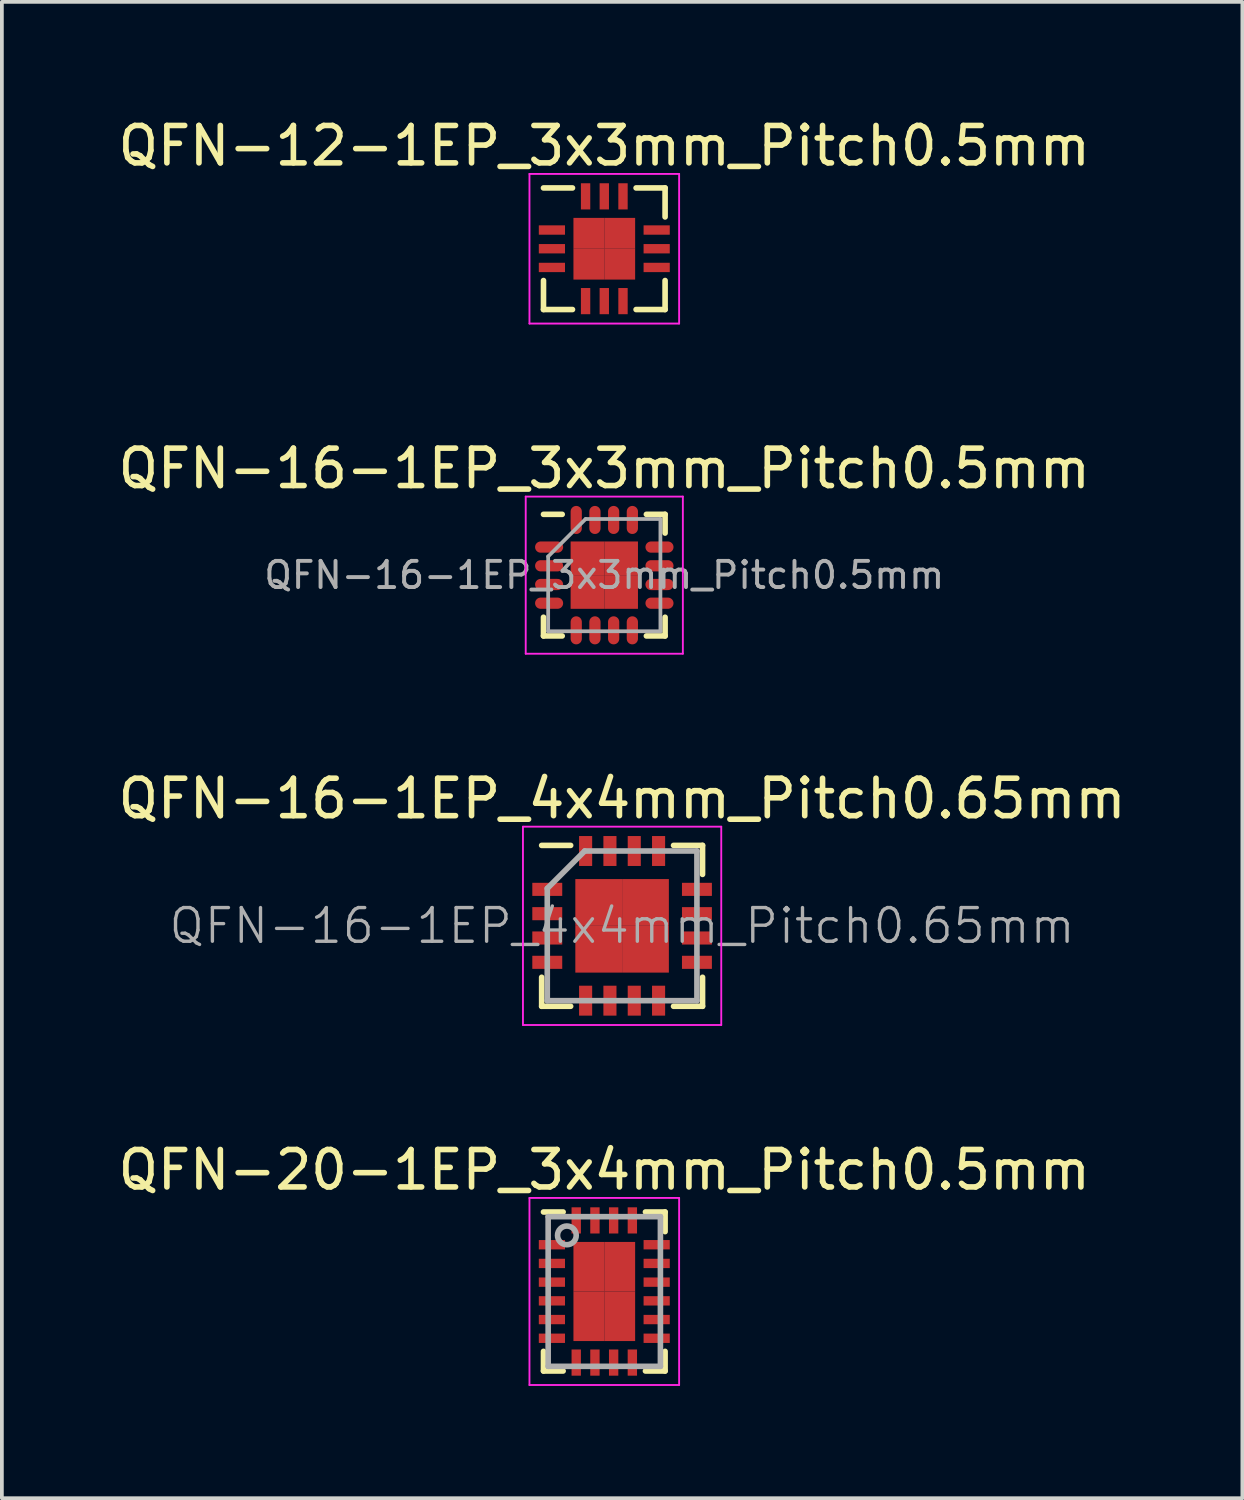
<source format=kicad_pcb>
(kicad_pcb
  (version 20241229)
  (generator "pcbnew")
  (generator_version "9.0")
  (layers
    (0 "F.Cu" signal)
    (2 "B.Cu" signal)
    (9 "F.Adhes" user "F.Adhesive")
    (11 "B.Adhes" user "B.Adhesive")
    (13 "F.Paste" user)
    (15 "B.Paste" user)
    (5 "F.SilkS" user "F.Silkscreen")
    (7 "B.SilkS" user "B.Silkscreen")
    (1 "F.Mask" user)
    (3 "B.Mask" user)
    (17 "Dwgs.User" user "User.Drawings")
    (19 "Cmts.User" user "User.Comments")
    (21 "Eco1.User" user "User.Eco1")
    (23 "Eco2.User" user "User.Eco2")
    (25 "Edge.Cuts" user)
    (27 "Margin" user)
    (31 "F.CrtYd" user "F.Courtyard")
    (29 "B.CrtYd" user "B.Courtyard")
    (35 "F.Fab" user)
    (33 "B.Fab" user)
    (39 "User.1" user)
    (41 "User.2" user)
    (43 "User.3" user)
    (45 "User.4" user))
  (footprint "QFN-20-1EP_3x4mm_Pitch0.5mm"
    (layer "F.Cu")
    (at 13.101 31.468)
    (property "Reference" "QFN-20-1EP_3x4mm_Pitch0.5mm" (at 0 -3.25 0) (layer "F.SilkS") (effects (font (size 1 1) (thickness 0.15))))
    (attr smd)
    (fp_line (start -1.625 -2.125) (end -1.1 -2.125) (stroke (width 0.15) (type solid)) (layer "F.SilkS"))
    (fp_line (start -1.625 2.125) (end -1.625 1.6) (stroke (width 0.15) (type solid)) (layer "F.SilkS"))
    (fp_line (start -1.625 2.125) (end -1.1 2.125) (stroke (width 0.15) (type solid)) (layer "F.SilkS"))
    (fp_line (start 1.625 -2.125) (end 1.1 -2.125) (stroke (width 0.15) (type solid)) (layer "F.SilkS"))
    (fp_line (start 1.625 -2.125) (end 1.625 -1.6) (stroke (width 0.15) (type solid)) (layer "F.SilkS"))
    (fp_line (start 1.625 2.125) (end 1.1 2.125) (stroke (width 0.15) (type solid)) (layer "F.SilkS"))
    (fp_line (start 1.625 2.125) (end 1.625 1.6) (stroke (width 0.15) (type solid)) (layer "F.SilkS"))
    (fp_line (start -2 -2.5) (end -2 2.5) (stroke (width 0.05) (type solid)) (layer "F.CrtYd"))
    (fp_line (start -2 -2.5) (end 2 -2.5) (stroke (width 0.05) (type solid)) (layer "F.CrtYd"))
    (fp_line (start -2 2.5) (end 2 2.5) (stroke (width 0.05) (type solid)) (layer "F.CrtYd"))
    (fp_line (start 2 -2.5) (end 2 2.5) (stroke (width 0.05) (type solid)) (layer "F.CrtYd"))
    (fp_line (start -1.5 -2) (end 1.5 -2) (stroke (width 0.15) (type solid)) (layer "F.Fab"))
    (fp_line (start -1.5 2) (end -1.5 -2) (stroke (width 0.15) (type solid)) (layer "F.Fab"))
    (fp_line (start 1.5 -2) (end 1.5 2) (stroke (width 0.15) (type solid)) (layer "F.Fab"))
    (fp_line (start 1.5 2) (end -1.5 2) (stroke (width 0.15) (type solid)) (layer "F.Fab"))
    (fp_circle (center -1 -1.5) (end -1.25 -1.5) (stroke (width 0.15) (type solid)) (fill no) (layer "F.Fab"))
    (pad "1" smd rect (at -1.4 -1.25) (size 0.7 0.25) (layers "F.Cu" "F.Mask" "F.Paste"))
    (pad "2" smd rect (at -1.4 -0.75) (size 0.7 0.25) (layers "F.Cu" "F.Mask" "F.Paste"))
    (pad "3" smd rect (at -1.4 -0.25) (size 0.7 0.25) (layers "F.Cu" "F.Mask" "F.Paste"))
    (pad "4" smd rect (at -1.4 0.25) (size 0.7 0.25) (layers "F.Cu" "F.Mask" "F.Paste"))
    (pad "5" smd rect (at -1.4 0.75) (size 0.7 0.25) (layers "F.Cu" "F.Mask" "F.Paste"))
    (pad "6" smd rect (at -1.4 1.25) (size 0.7 0.25) (layers "F.Cu" "F.Mask" "F.Paste"))
    (pad "7" smd rect (at -0.75 1.9 90) (size 0.7 0.25) (layers "F.Cu" "F.Mask" "F.Paste"))
    (pad "8" smd rect (at -0.25 1.9 90) (size 0.7 0.25) (layers "F.Cu" "F.Mask" "F.Paste"))
    (pad "9" smd rect (at 0.25 1.9 90) (size 0.7 0.25) (layers "F.Cu" "F.Mask" "F.Paste"))
    (pad "10" smd rect (at 0.75 1.9 90) (size 0.7 0.25) (layers "F.Cu" "F.Mask" "F.Paste"))
    (pad "11" smd rect (at 1.4 1.25) (size 0.7 0.25) (layers "F.Cu" "F.Mask" "F.Paste"))
    (pad "12" smd rect (at 1.4 0.75) (size 0.7 0.25) (layers "F.Cu" "F.Mask" "F.Paste"))
    (pad "13" smd rect (at 1.4 0.25) (size 0.7 0.25) (layers "F.Cu" "F.Mask" "F.Paste"))
    (pad "14" smd rect (at 1.4 -0.25) (size 0.7 0.25) (layers "F.Cu" "F.Mask" "F.Paste"))
    (pad "15" smd rect (at 1.4 -0.75) (size 0.7 0.25) (layers "F.Cu" "F.Mask" "F.Paste"))
    (pad "16" smd rect (at 1.4 -1.25) (size 0.7 0.25) (layers "F.Cu" "F.Mask" "F.Paste"))
    (pad "17" smd rect (at 0.75 -1.9 90) (size 0.7 0.25) (layers "F.Cu" "F.Mask" "F.Paste"))
    (pad "18" smd rect (at 0.25 -1.9 90) (size 0.7 0.25) (layers "F.Cu" "F.Mask" "F.Paste"))
    (pad "19" smd rect (at -0.25 -1.9 90) (size 0.7 0.25) (layers "F.Cu" "F.Mask" "F.Paste"))
    (pad "20" smd rect (at -0.75 -1.9 90) (size 0.7 0.25) (layers "F.Cu" "F.Mask" "F.Paste"))
    (pad "21" smd rect (at -0.412 -0.662) (size 0.825 1.325) (layers "F.Cu" "F.Mask" "F.Paste"))
    (pad "21" smd rect (at -0.412 0.662) (size 0.825 1.325) (layers "F.Cu" "F.Mask" "F.Paste"))
    (pad "21" smd rect (at 0.412 -0.662) (size 0.825 1.325) (layers "F.Cu" "F.Mask" "F.Paste"))
    (pad "21" smd rect (at 0.412 0.662) (size 0.825 1.325) (layers "F.Cu" "F.Mask" "F.Paste")))
  (footprint "QFN-16-1EP_4x4mm_Pitch0.65mm"
    (layer "F.Cu")
    (at 13.577 21.695)
    (property "Reference" "QFN-16-1EP_4x4mm_Pitch0.65mm" (at 0 -3.4 0) (layer "F.SilkS") (effects (font (size 1 1) (thickness 0.15))))
    (attr smd)
    (fp_line (start -2.15 -2.15) (end -1.375 -2.15) (stroke (width 0.15) (type solid)) (layer "F.SilkS"))
    (fp_line (start -2.15 2.15) (end -2.15 1.375) (stroke (width 0.15) (type solid)) (layer "F.SilkS"))
    (fp_line (start -2.15 2.15) (end -1.375 2.15) (stroke (width 0.15) (type solid)) (layer "F.SilkS"))
    (fp_line (start 2.15 -2.15) (end 1.375 -2.15) (stroke (width 0.15) (type solid)) (layer "F.SilkS"))
    (fp_line (start 2.15 -2.15) (end 2.15 -1.375) (stroke (width 0.15) (type solid)) (layer "F.SilkS"))
    (fp_line (start 2.15 2.15) (end 1.375 2.15) (stroke (width 0.15) (type solid)) (layer "F.SilkS"))
    (fp_line (start 2.15 2.15) (end 2.15 1.375) (stroke (width 0.15) (type solid)) (layer "F.SilkS"))
    (fp_line (start -2.65 -2.65) (end -2.65 2.65) (stroke (width 0.05) (type solid)) (layer "F.CrtYd"))
    (fp_line (start -2.65 -2.65) (end 2.65 -2.65) (stroke (width 0.05) (type solid)) (layer "F.CrtYd"))
    (fp_line (start -2.65 2.65) (end 2.65 2.65) (stroke (width 0.05) (type solid)) (layer "F.CrtYd"))
    (fp_line (start 2.65 -2.65) (end 2.65 2.65) (stroke (width 0.05) (type solid)) (layer "F.CrtYd"))
    (fp_line (start -2 -1) (end -1 -2) (stroke (width 0.15) (type solid)) (layer "F.Fab"))
    (fp_line (start -2 2) (end -2 -1) (stroke (width 0.15) (type solid)) (layer "F.Fab"))
    (fp_line (start -1 -2) (end 2 -2) (stroke (width 0.15) (type solid)) (layer "F.Fab"))
    (fp_line (start 2 -2) (end 2 2) (stroke (width 0.15) (type solid)) (layer "F.Fab"))
    (fp_line (start 2 2) (end -2 2) (stroke (width 0.15) (type solid)) (layer "F.Fab"))
    (fp_text user "${REFERENCE}" (at 0 0 0) (layer "F.Fab") (effects (font (size 0.9 0.9) (thickness 0.09))))
    (pad "1" smd rect (at -2 -0.975) (size 0.8 0.35) (layers "F.Cu" "F.Mask" "F.Paste"))
    (pad "2" smd rect (at -2 -0.325) (size 0.8 0.35) (layers "F.Cu" "F.Mask" "F.Paste"))
    (pad "3" smd rect (at -2 0.325) (size 0.8 0.35) (layers "F.Cu" "F.Mask" "F.Paste"))
    (pad "4" smd rect (at -2 0.975) (size 0.8 0.35) (layers "F.Cu" "F.Mask" "F.Paste"))
    (pad "5" smd rect (at -0.975 2 90) (size 0.8 0.35) (layers "F.Cu" "F.Mask" "F.Paste"))
    (pad "6" smd rect (at -0.325 2 90) (size 0.8 0.35) (layers "F.Cu" "F.Mask" "F.Paste"))
    (pad "7" smd rect (at 0.325 2 90) (size 0.8 0.35) (layers "F.Cu" "F.Mask" "F.Paste"))
    (pad "8" smd rect (at 0.975 2 90) (size 0.8 0.35) (layers "F.Cu" "F.Mask" "F.Paste"))
    (pad "9" smd rect (at 2 0.975) (size 0.8 0.35) (layers "F.Cu" "F.Mask" "F.Paste"))
    (pad "10" smd rect (at 2 0.325) (size 0.8 0.35) (layers "F.Cu" "F.Mask" "F.Paste"))
    (pad "11" smd rect (at 2 -0.325) (size 0.8 0.35) (layers "F.Cu" "F.Mask" "F.Paste"))
    (pad "12" smd rect (at 2 -0.975) (size 0.8 0.35) (layers "F.Cu" "F.Mask" "F.Paste"))
    (pad "13" smd rect (at 0.975 -2 90) (size 0.8 0.35) (layers "F.Cu" "F.Mask" "F.Paste"))
    (pad "14" smd rect (at 0.325 -2 90) (size 0.8 0.35) (layers "F.Cu" "F.Mask" "F.Paste"))
    (pad "15" smd rect (at -0.325 -2 90) (size 0.8 0.35) (layers "F.Cu" "F.Mask" "F.Paste"))
    (pad "16" smd rect (at -0.975 -2 90) (size 0.8 0.35) (layers "F.Cu" "F.Mask" "F.Paste"))
    (pad "17" smd rect (at -0.625 -0.625) (size 1.25 1.25) (layers "F.Cu" "F.Mask" "F.Paste"))
    (pad "17" smd rect (at -0.625 0.625) (size 1.25 1.25) (layers "F.Cu" "F.Mask" "F.Paste"))
    (pad "17" smd rect (at 0.625 -0.625) (size 1.25 1.25) (layers "F.Cu" "F.Mask" "F.Paste"))
    (pad "17" smd rect (at 0.625 0.625) (size 1.25 1.25) (layers "F.Cu" "F.Mask" "F.Paste")))
  (footprint "QFN-16-1EP_3x3mm_Pitch0.5mm"
    (layer "F.Cu")
    (at 13.101 12.322)
    (property "Reference" "QFN-16-1EP_3x3mm_Pitch0.5mm" (at 0 -2.85 0) (layer "F.SilkS") (effects (font (size 1 1) (thickness 0.15))))
    (attr smd)
    (fp_line (start -1.625 -1.625) (end -1.125 -1.625) (stroke (width 0.15) (type solid)) (layer "F.SilkS"))
    (fp_line (start -1.625 1.625) (end -1.625 1.125) (stroke (width 0.15) (type solid)) (layer "F.SilkS"))
    (fp_line (start -1.625 1.625) (end -1.125 1.625) (stroke (width 0.15) (type solid)) (layer "F.SilkS"))
    (fp_line (start 1.625 -1.625) (end 1.125 -1.625) (stroke (width 0.15) (type solid)) (layer "F.SilkS"))
    (fp_line (start 1.625 -1.625) (end 1.625 -1.125) (stroke (width 0.15) (type solid)) (layer "F.SilkS"))
    (fp_line (start 1.625 1.625) (end 1.125 1.625) (stroke (width 0.15) (type solid)) (layer "F.SilkS"))
    (fp_line (start 1.625 1.625) (end 1.625 1.125) (stroke (width 0.15) (type solid)) (layer "F.SilkS"))
    (fp_line (start -2.1 -2.1) (end -2.1 2.1) (stroke (width 0.05) (type solid)) (layer "F.CrtYd"))
    (fp_line (start -2.1 -2.1) (end 2.1 -2.1) (stroke (width 0.05) (type solid)) (layer "F.CrtYd"))
    (fp_line (start -2.1 2.1) (end 2.1 2.1) (stroke (width 0.05) (type solid)) (layer "F.CrtYd"))
    (fp_line (start 2.1 -2.1) (end 2.1 2.1) (stroke (width 0.05) (type solid)) (layer "F.CrtYd"))
    (fp_line (start -1.5 -0.5) (end -0.5 -1.5) (stroke (width 0.1) (type solid)) (layer "F.Fab"))
    (fp_line (start -1.5 1.5) (end -1.5 -0.5) (stroke (width 0.1) (type solid)) (layer "F.Fab"))
    (fp_line (start -0.5 -1.5) (end 1.5 -1.5) (stroke (width 0.1) (type solid)) (layer "F.Fab"))
    (fp_line (start 1.5 -1.5) (end 1.5 1.5) (stroke (width 0.1) (type solid)) (layer "F.Fab"))
    (fp_line (start 1.5 1.5) (end -1.5 1.5) (stroke (width 0.1) (type solid)) (layer "F.Fab"))
    (fp_text user "${REFERENCE}" (at 0 0 0) (layer "F.Fab") (effects (font (size 0.7 0.7) (thickness 0.105))))
    (pad "1" smd oval (at -1.475 -0.75) (size 0.75 0.3) (layers "F.Cu" "F.Mask" "F.Paste"))
    (pad "2" smd oval (at -1.475 -0.25) (size 0.75 0.3) (layers "F.Cu" "F.Mask" "F.Paste"))
    (pad "3" smd oval (at -1.475 0.25) (size 0.75 0.3) (layers "F.Cu" "F.Mask" "F.Paste"))
    (pad "4" smd oval (at -1.475 0.75) (size 0.75 0.3) (layers "F.Cu" "F.Mask" "F.Paste"))
    (pad "5" smd oval (at -0.75 1.475 90) (size 0.75 0.3) (layers "F.Cu" "F.Mask" "F.Paste"))
    (pad "6" smd oval (at -0.25 1.475 90) (size 0.75 0.3) (layers "F.Cu" "F.Mask" "F.Paste"))
    (pad "7" smd oval (at 0.25 1.475 90) (size 0.75 0.3) (layers "F.Cu" "F.Mask" "F.Paste"))
    (pad "8" smd oval (at 0.75 1.475 90) (size 0.75 0.3) (layers "F.Cu" "F.Mask" "F.Paste"))
    (pad "9" smd oval (at 1.475 0.75) (size 0.75 0.3) (layers "F.Cu" "F.Mask" "F.Paste"))
    (pad "10" smd oval (at 1.475 0.25) (size 0.75 0.3) (layers "F.Cu" "F.Mask" "F.Paste"))
    (pad "11" smd oval (at 1.475 -0.25) (size 0.75 0.3) (layers "F.Cu" "F.Mask" "F.Paste"))
    (pad "12" smd oval (at 1.475 -0.75) (size 0.75 0.3) (layers "F.Cu" "F.Mask" "F.Paste"))
    (pad "13" smd oval (at 0.75 -1.475 90) (size 0.75 0.3) (layers "F.Cu" "F.Mask" "F.Paste"))
    (pad "14" smd oval (at 0.25 -1.475 90) (size 0.75 0.3) (layers "F.Cu" "F.Mask" "F.Paste"))
    (pad "15" smd oval (at -0.25 -1.475 90) (size 0.75 0.3) (layers "F.Cu" "F.Mask" "F.Paste"))
    (pad "16" smd oval (at -0.75 -1.475 90) (size 0.75 0.3) (layers "F.Cu" "F.Mask" "F.Paste"))
    (pad "17" smd rect (at -0.45 -0.45) (size 0.9 0.9) (layers "F.Cu" "F.Mask" "F.Paste"))
    (pad "17" smd rect (at -0.45 0.45) (size 0.9 0.9) (layers "F.Cu" "F.Mask" "F.Paste"))
    (pad "17" smd rect (at 0.45 -0.45) (size 0.9 0.9) (layers "F.Cu" "F.Mask" "F.Paste"))
    (pad "17" smd rect (at 0.45 0.45) (size 0.9 0.9) (layers "F.Cu" "F.Mask" "F.Paste")))
  (footprint "QFN-12-1EP_3x3mm_Pitch0.5mm"
    (layer "F.Cu")
    (at 13.101 3.598)
    (property "Reference" "QFN-12-1EP_3x3mm_Pitch0.5mm" (at 0 -2.75 0) (layer "F.SilkS") (effects (font (size 1 1) (thickness 0.15))))
    (attr smd)
    (fp_line (start -1.625 -1.625) (end -0.85 -1.625) (stroke (width 0.15) (type solid)) (layer "F.SilkS"))
    (fp_line (start -1.625 1.625) (end -1.625 0.85) (stroke (width 0.15) (type solid)) (layer "F.SilkS"))
    (fp_line (start -1.625 1.625) (end -0.85 1.625) (stroke (width 0.15) (type solid)) (layer "F.SilkS"))
    (fp_line (start 1.625 -1.625) (end 0.85 -1.625) (stroke (width 0.15) (type solid)) (layer "F.SilkS"))
    (fp_line (start 1.625 -1.625) (end 1.625 -0.85) (stroke (width 0.15) (type solid)) (layer "F.SilkS"))
    (fp_line (start 1.625 1.625) (end 0.85 1.625) (stroke (width 0.15) (type solid)) (layer "F.SilkS"))
    (fp_line (start 1.625 1.625) (end 1.625 0.85) (stroke (width 0.15) (type solid)) (layer "F.SilkS"))
    (fp_line (start -2 -2) (end -2 2) (stroke (width 0.05) (type solid)) (layer "F.CrtYd"))
    (fp_line (start -2 -2) (end 2 -2) (stroke (width 0.05) (type solid)) (layer "F.CrtYd"))
    (fp_line (start -2 2) (end 2 2) (stroke (width 0.05) (type solid)) (layer "F.CrtYd"))
    (fp_line (start 2 -2) (end 2 2) (stroke (width 0.05) (type solid)) (layer "F.CrtYd"))
    (pad "1" smd rect (at -1.4 -0.5) (size 0.7 0.25) (layers "F.Cu" "F.Mask" "F.Paste"))
    (pad "2" smd rect (at -1.4 0) (size 0.7 0.25) (layers "F.Cu" "F.Mask" "F.Paste"))
    (pad "3" smd rect (at -1.4 0.5) (size 0.7 0.25) (layers "F.Cu" "F.Mask" "F.Paste"))
    (pad "4" smd rect (at -0.5 1.4 90) (size 0.7 0.25) (layers "F.Cu" "F.Mask" "F.Paste"))
    (pad "5" smd rect (at 0 1.4 90) (size 0.7 0.25) (layers "F.Cu" "F.Mask" "F.Paste"))
    (pad "6" smd rect (at 0.5 1.4 90) (size 0.7 0.25) (layers "F.Cu" "F.Mask" "F.Paste"))
    (pad "7" smd rect (at 1.4 0.5) (size 0.7 0.25) (layers "F.Cu" "F.Mask" "F.Paste"))
    (pad "8" smd rect (at 1.4 0) (size 0.7 0.25) (layers "F.Cu" "F.Mask" "F.Paste"))
    (pad "9" smd rect (at 1.4 -0.5) (size 0.7 0.25) (layers "F.Cu" "F.Mask" "F.Paste"))
    (pad "10" smd rect (at 0.5 -1.4 90) (size 0.7 0.25) (layers "F.Cu" "F.Mask" "F.Paste"))
    (pad "11" smd rect (at 0 -1.4 90) (size 0.7 0.25) (layers "F.Cu" "F.Mask" "F.Paste"))
    (pad "12" smd rect (at -0.5 -1.4 90) (size 0.7 0.25) (layers "F.Cu" "F.Mask" "F.Paste"))
    (pad "13" smd rect (at -0.412 -0.412) (size 0.825 0.825) (layers "F.Cu" "F.Mask" "F.Paste"))
    (pad "13" smd rect (at -0.412 0.412) (size 0.825 0.825) (layers "F.Cu" "F.Mask" "F.Paste"))
    (pad "13" smd rect (at 0.412 -0.412) (size 0.825 0.825) (layers "F.Cu" "F.Mask" "F.Paste"))
    (pad "13" smd rect (at 0.412 0.412) (size 0.825 0.825) (layers "F.Cu" "F.Mask" "F.Paste")))
  (gr_rect
    (start -3 -3)
    (end 30.155 36.993)
    (stroke (width 0.1) (type default))
    (fill no)
    (layer "Edge.Cuts")))
</source>
